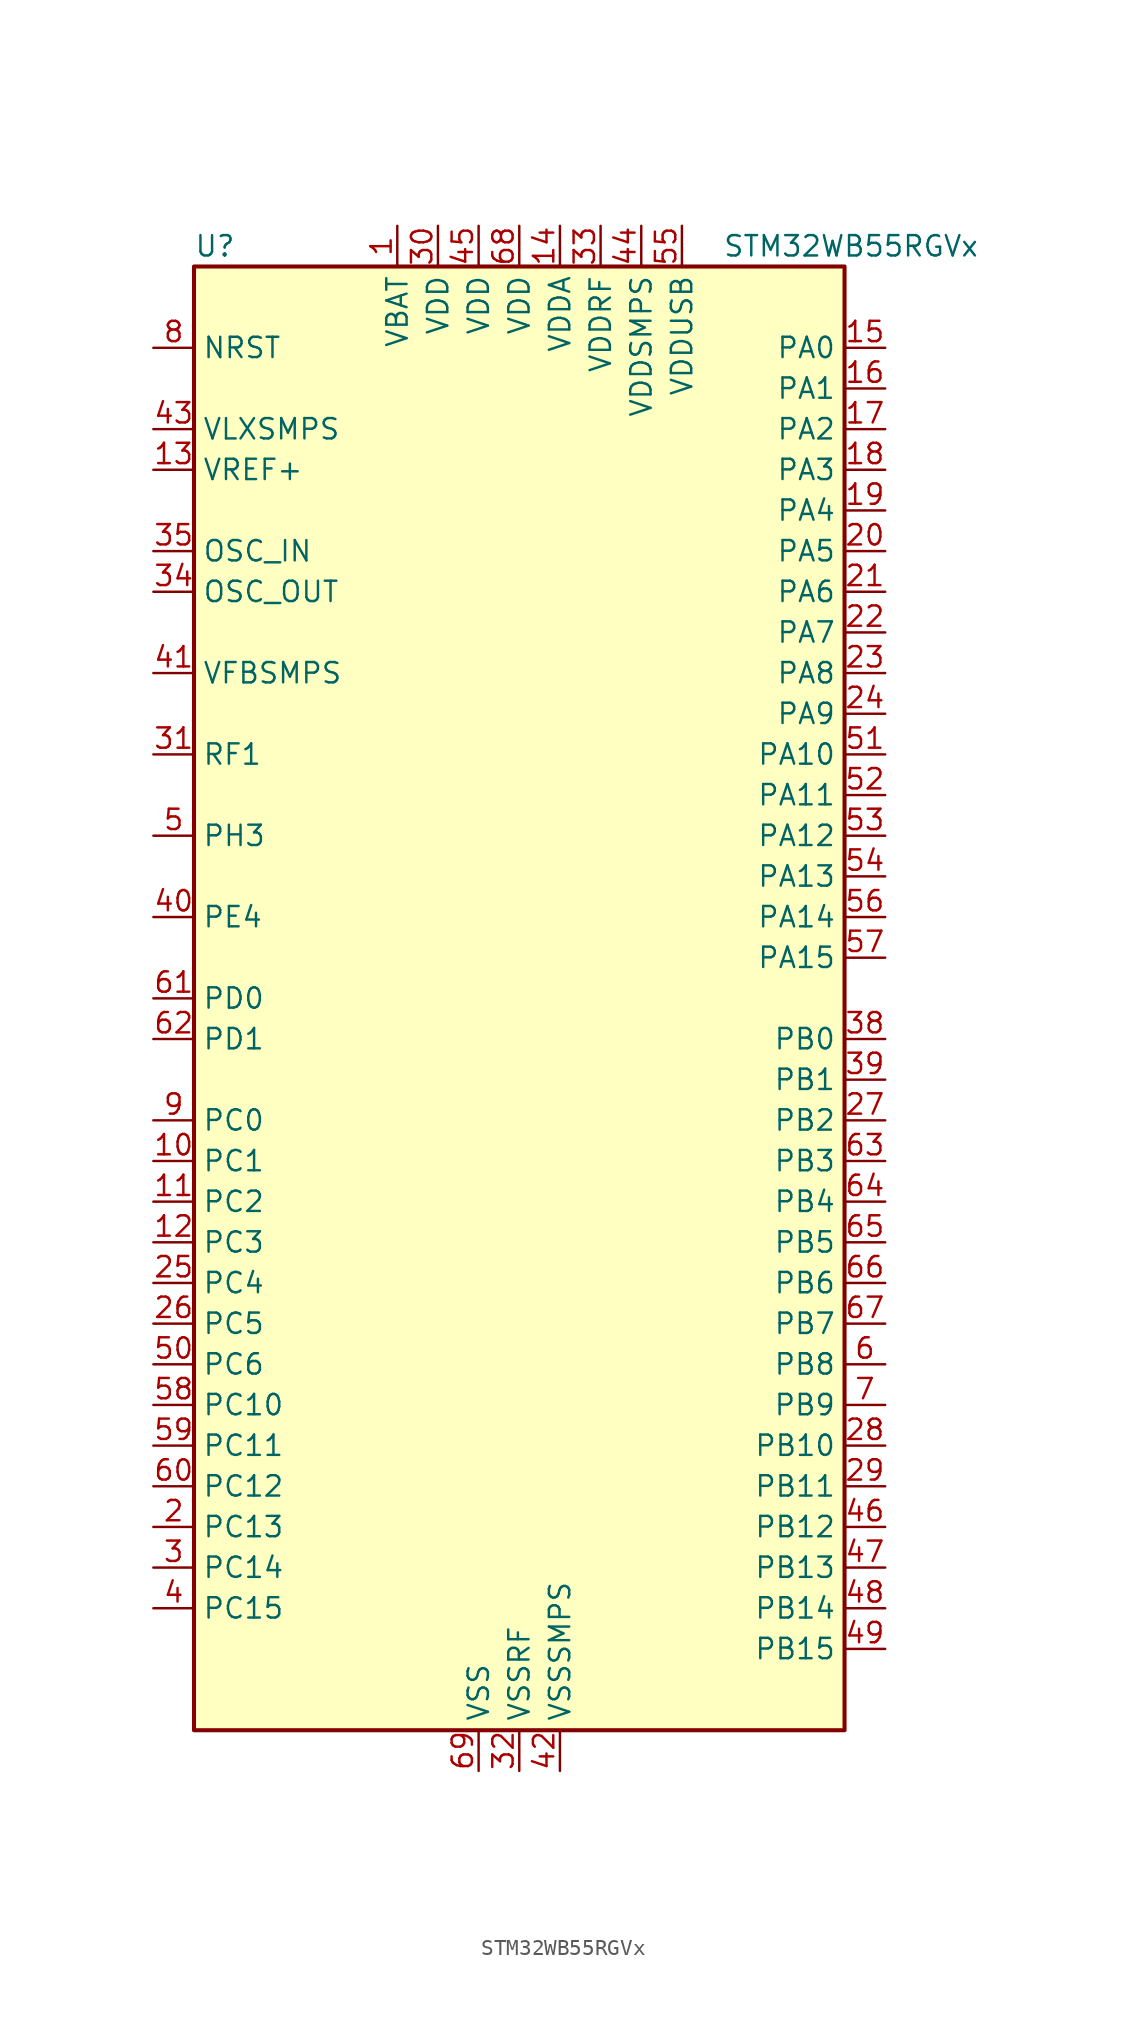
<source format=kicad_sym>
(kicad_symbol_lib
  (version 20241209)
  (generator "kicad_symbol_editor")
  (generator_version "9.0")
  (symbol "STM32WB55RGVx"
    (property "Reference" "U"
      (at -20.32 46.99 0)
      (effects (font (size 1.27 1.27)) (justify left)))
    (property "Value" "STM32WB55RGVx"
      (at 12.7 46.99 0)
      (effects (font (size 1.27 1.27)) (justify left)))
    (symbol "STM32WB55RGVx_0_1"
      (rectangle (start -20.32 -45.72) (end 20.32 45.72) (stroke (width 0.254) (type default)) (fill (type background))))
    (symbol "STM32WB55RGVx_1_1"
      (pin input line (at -22.86 40.64 0) (length 2.54) (name "NRST" (effects (font (size 1.27 1.27)))) (number "8" (effects (font (size 1.27 1.27)))))
      (pin power_in line (at -22.86 35.56 0) (length 2.54) (name "VLXSMPS" (effects (font (size 1.27 1.27)))) (number "43" (effects (font (size 1.27 1.27)))))
      (pin input line (at -22.86 33.02 0) (length 2.54) (name "VREF+" (effects (font (size 1.27 1.27)))) (number "13" (effects (font (size 1.27 1.27)))) (alternate "VREFBUF_OUT" bidirectional line))
      (pin input line (at -22.86 27.94 0) (length 2.54) (name "OSC_IN" (effects (font (size 1.27 1.27)))) (number "35" (effects (font (size 1.27 1.27)))) (alternate "RCC_OSC_IN" bidirectional line))
      (pin input line (at -22.86 25.4 0) (length 2.54) (name "OSC_OUT" (effects (font (size 1.27 1.27)))) (number "34" (effects (font (size 1.27 1.27)))) (alternate "RCC_OSC_OUT" bidirectional line))
      (pin input line (at -22.86 20.32 0) (length 2.54) (name "VFBSMPS" (effects (font (size 1.27 1.27)))) (number "41" (effects (font (size 1.27 1.27)))))
      (pin bidirectional line (at -22.86 15.24 0) (length 2.54) (name "RF1" (effects (font (size 1.27 1.27)))) (number "31" (effects (font (size 1.27 1.27)))) (alternate "RF_RF1" bidirectional line))
      (pin bidirectional line (at -22.86 10.16 0) (length 2.54) (name "PH3" (effects (font (size 1.27 1.27)))) (number "5" (effects (font (size 1.27 1.27)))) (alternate "RCC_LSCO" bidirectional line))
      (pin bidirectional line (at -22.86 5.08 0) (length 2.54) (name "PE4" (effects (font (size 1.27 1.27)))) (number "40" (effects (font (size 1.27 1.27)))))
      (pin bidirectional line (at -22.86 0 0) (length 2.54) (name "PD0" (effects (font (size 1.27 1.27)))) (number "61" (effects (font (size 1.27 1.27)))) (alternate "SPI2_NSS" bidirectional line))
      (pin bidirectional line (at -22.86 -2.54 0) (length 2.54) (name "PD1" (effects (font (size 1.27 1.27)))) (number "62" (effects (font (size 1.27 1.27)))) (alternate "SPI2_SCK" bidirectional line))
      (pin bidirectional line (at -22.86 -7.62 0) (length 2.54) (name "PC0" (effects (font (size 1.27 1.27)))) (number "9" (effects (font (size 1.27 1.27)))) (alternate "ADC1_IN1" bidirectional line) (alternate "I2C3_SCL" bidirectional line) (alternate "LCD_SEG18" bidirectional line) (alternate "LPTIM1_IN1" bidirectional line) (alternate "LPTIM2_IN1" bidirectional line) (alternate "LPUART1_RX" bidirectional line))
      (pin bidirectional line (at -22.86 -10.16 0) (length 2.54) (name "PC1" (effects (font (size 1.27 1.27)))) (number "10" (effects (font (size 1.27 1.27)))) (alternate "ADC1_IN2" bidirectional line) (alternate "I2C3_SDA" bidirectional line) (alternate "LCD_SEG19" bidirectional line) (alternate "LPTIM1_OUT" bidirectional line) (alternate "LPUART1_TX" bidirectional line) (alternate "SPI2_MOSI" bidirectional line))
      (pin bidirectional line (at -22.86 -12.7 0) (length 2.54) (name "PC2" (effects (font (size 1.27 1.27)))) (number "11" (effects (font (size 1.27 1.27)))) (alternate "ADC1_IN3" bidirectional line) (alternate "LCD_SEG20" bidirectional line) (alternate "LPTIM1_IN2" bidirectional line) (alternate "SPI2_MISO" bidirectional line))
      (pin bidirectional line (at -22.86 -15.24 0) (length 2.54) (name "PC3" (effects (font (size 1.27 1.27)))) (number "12" (effects (font (size 1.27 1.27)))) (alternate "ADC1_IN4" bidirectional line) (alternate "LCD_VLCD" bidirectional line) (alternate "LPTIM1_ETR" bidirectional line) (alternate "LPTIM2_ETR" bidirectional line) (alternate "SAI1_D1" bidirectional line) (alternate "SAI1_SD_A" bidirectional line) (alternate "SPI2_MOSI" bidirectional line))
      (pin bidirectional line (at -22.86 -17.78 0) (length 2.54) (name "PC4" (effects (font (size 1.27 1.27)))) (number "25" (effects (font (size 1.27 1.27)))) (alternate "ADC1_IN13" bidirectional line) (alternate "COMP1_INM" bidirectional line) (alternate "LCD_SEG22" bidirectional line))
      (pin bidirectional line (at -22.86 -20.32 0) (length 2.54) (name "PC5" (effects (font (size 1.27 1.27)))) (number "26" (effects (font (size 1.27 1.27)))) (alternate "ADC1_IN14" bidirectional line) (alternate "COMP1_INP" bidirectional line) (alternate "LCD_SEG23" bidirectional line) (alternate "SAI1_D3" bidirectional line) (alternate "SYS_WKUP5" bidirectional line))
      (pin bidirectional line (at -22.86 -22.86 0) (length 2.54) (name "PC6" (effects (font (size 1.27 1.27)))) (number "50" (effects (font (size 1.27 1.27)))) (alternate "LCD_SEG24" bidirectional line))
      (pin bidirectional line (at -22.86 -25.4 0) (length 2.54) (name "PC10" (effects (font (size 1.27 1.27)))) (number "58" (effects (font (size 1.27 1.27)))) (alternate "LCD_COM4" bidirectional line) (alternate "LCD_SEG28" bidirectional line) (alternate "LCD_SEG40" bidirectional line) (alternate "SYS_TRACED1" bidirectional line) (alternate "TSC_G3_IO2" bidirectional line))
      (pin bidirectional line (at -22.86 -27.94 0) (length 2.54) (name "PC11" (effects (font (size 1.27 1.27)))) (number "59" (effects (font (size 1.27 1.27)))) (alternate "ADC1_EXTI11" bidirectional line) (alternate "LCD_COM5" bidirectional line) (alternate "LCD_SEG29" bidirectional line) (alternate "LCD_SEG41" bidirectional line) (alternate "TSC_G3_IO3" bidirectional line))
      (pin bidirectional line (at -22.86 -30.48 0) (length 2.54) (name "PC12" (effects (font (size 1.27 1.27)))) (number "60" (effects (font (size 1.27 1.27)))) (alternate "LCD_COM6" bidirectional line) (alternate "LCD_SEG30" bidirectional line) (alternate "LCD_SEG42" bidirectional line) (alternate "RCC_LSCO" bidirectional line) (alternate "RTC_TAMP3" bidirectional line) (alternate "SYS_TRACED3" bidirectional line) (alternate "SYS_WKUP3" bidirectional line) (alternate "TSC_G3_IO4" bidirectional line))
      (pin bidirectional line (at -22.86 -33.02 0) (length 2.54) (name "PC13" (effects (font (size 1.27 1.27)))) (number "2" (effects (font (size 1.27 1.27)))) (alternate "RTC_OUT1" bidirectional line) (alternate "RTC_TAMP1" bidirectional line) (alternate "RTC_TS" bidirectional line) (alternate "SYS_WKUP2" bidirectional line))
      (pin bidirectional line (at -22.86 -35.56 0) (length 2.54) (name "PC14" (effects (font (size 1.27 1.27)))) (number "3" (effects (font (size 1.27 1.27)))) (alternate "RCC_OSC32_IN" bidirectional line))
      (pin bidirectional line (at -22.86 -38.1 0) (length 2.54) (name "PC15" (effects (font (size 1.27 1.27)))) (number "4" (effects (font (size 1.27 1.27)))) (alternate "ADC1_EXTI15" bidirectional line) (alternate "RCC_OSC32_OUT" bidirectional line))
      (pin no_connect line (at -20.32 -43.18 0) (length 2.54) (hide yes) (name "AT1" (effects (font (size 1.27 1.27)))) (number "37" (effects (font (size 1.27 1.27)))))
      (pin no_connect line (at -20.32 -45.72 0) (length 2.54) (hide yes) (name "AT0" (effects (font (size 1.27 1.27)))) (number "36" (effects (font (size 1.27 1.27)))))
      (pin power_in line (at -7.62 48.26 270) (length 2.54) (name "VBAT" (effects (font (size 1.27 1.27)))) (number "1" (effects (font (size 1.27 1.27)))))
      (pin power_in line (at -5.08 48.26 270) (length 2.54) (name "VDD" (effects (font (size 1.27 1.27)))) (number "30" (effects (font (size 1.27 1.27)))))
      (pin power_in line (at -2.54 48.26 270) (length 2.54) (name "VDD" (effects (font (size 1.27 1.27)))) (number "45" (effects (font (size 1.27 1.27)))))
      (pin power_in line (at -2.54 -48.26 90) (length 2.54) (name "VSS" (effects (font (size 1.27 1.27)))) (number "69" (effects (font (size 1.27 1.27)))))
      (pin power_in line (at 0 48.26 270) (length 2.54) (name "VDD" (effects (font (size 1.27 1.27)))) (number "68" (effects (font (size 1.27 1.27)))))
      (pin power_in line (at 0 -48.26 90) (length 2.54) (name "VSSRF" (effects (font (size 1.27 1.27)))) (number "32" (effects (font (size 1.27 1.27)))))
      (pin power_in line (at 2.54 48.26 270) (length 2.54) (name "VDDA" (effects (font (size 1.27 1.27)))) (number "14" (effects (font (size 1.27 1.27)))))
      (pin power_in line (at 2.54 -48.26 90) (length 2.54) (name "VSSSMPS" (effects (font (size 1.27 1.27)))) (number "42" (effects (font (size 1.27 1.27)))))
      (pin power_in line (at 5.08 48.26 270) (length 2.54) (name "VDDRF" (effects (font (size 1.27 1.27)))) (number "33" (effects (font (size 1.27 1.27)))))
      (pin power_in line (at 7.62 48.26 270) (length 2.54) (name "VDDSMPS" (effects (font (size 1.27 1.27)))) (number "44" (effects (font (size 1.27 1.27)))))
      (pin power_in line (at 10.16 48.26 270) (length 2.54) (name "VDDUSB" (effects (font (size 1.27 1.27)))) (number "55" (effects (font (size 1.27 1.27)))))
      (pin bidirectional line (at 22.86 40.64 180) (length 2.54) (name "PA0" (effects (font (size 1.27 1.27)))) (number "15" (effects (font (size 1.27 1.27)))) (alternate "ADC1_IN5" bidirectional line) (alternate "COMP1_INM" bidirectional line) (alternate "COMP1_OUT" bidirectional line) (alternate "RTC_TAMP2" bidirectional line) (alternate "SAI1_EXTCLK" bidirectional line) (alternate "SYS_WKUP1" bidirectional line) (alternate "TIM2_CH1" bidirectional line) (alternate "TIM2_ETR" bidirectional line))
      (pin bidirectional line (at 22.86 38.1 180) (length 2.54) (name "PA1" (effects (font (size 1.27 1.27)))) (number "16" (effects (font (size 1.27 1.27)))) (alternate "ADC1_IN6" bidirectional line) (alternate "COMP1_INP" bidirectional line) (alternate "I2C1_SMBA" bidirectional line) (alternate "LCD_SEG0" bidirectional line) (alternate "SPI1_SCK" bidirectional line) (alternate "TIM2_CH2" bidirectional line))
      (pin bidirectional line (at 22.86 35.56 180) (length 2.54) (name "PA2" (effects (font (size 1.27 1.27)))) (number "17" (effects (font (size 1.27 1.27)))) (alternate "ADC1_IN7" bidirectional line) (alternate "COMP2_INM" bidirectional line) (alternate "COMP2_OUT" bidirectional line) (alternate "LCD_SEG1" bidirectional line) (alternate "LPUART1_TX" bidirectional line) (alternate "QUADSPI_BK1_NCS" bidirectional line) (alternate "RCC_LSCO" bidirectional line) (alternate "SYS_WKUP4" bidirectional line) (alternate "TIM2_CH3" bidirectional line))
      (pin bidirectional line (at 22.86 33.02 180) (length 2.54) (name "PA3" (effects (font (size 1.27 1.27)))) (number "18" (effects (font (size 1.27 1.27)))) (alternate "ADC1_IN8" bidirectional line) (alternate "COMP2_INP" bidirectional line) (alternate "LCD_SEG2" bidirectional line) (alternate "LPUART1_RX" bidirectional line) (alternate "QUADSPI_CLK" bidirectional line) (alternate "SAI1_CK1" bidirectional line) (alternate "SAI1_MCLK_A" bidirectional line) (alternate "TIM2_CH4" bidirectional line))
      (pin bidirectional line (at 22.86 30.48 180) (length 2.54) (name "PA4" (effects (font (size 1.27 1.27)))) (number "19" (effects (font (size 1.27 1.27)))) (alternate "ADC1_IN9" bidirectional line) (alternate "COMP1_INM" bidirectional line) (alternate "COMP2_INM" bidirectional line) (alternate "LCD_SEG5" bidirectional line) (alternate "LPTIM2_OUT" bidirectional line) (alternate "SAI1_FS_B" bidirectional line) (alternate "SPI1_NSS" bidirectional line))
      (pin bidirectional line (at 22.86 27.94 180) (length 2.54) (name "PA5" (effects (font (size 1.27 1.27)))) (number "20" (effects (font (size 1.27 1.27)))) (alternate "ADC1_IN10" bidirectional line) (alternate "COMP1_INM" bidirectional line) (alternate "COMP2_INM" bidirectional line) (alternate "LPTIM2_ETR" bidirectional line) (alternate "SAI1_SD_B" bidirectional line) (alternate "SPI1_SCK" bidirectional line) (alternate "TIM2_CH1" bidirectional line) (alternate "TIM2_ETR" bidirectional line))
      (pin bidirectional line (at 22.86 25.4 180) (length 2.54) (name "PA6" (effects (font (size 1.27 1.27)))) (number "21" (effects (font (size 1.27 1.27)))) (alternate "ADC1_IN11" bidirectional line) (alternate "LCD_SEG3" bidirectional line) (alternate "LPUART1_CTS" bidirectional line) (alternate "QUADSPI_BK1_IO3" bidirectional line) (alternate "SPI1_MISO" bidirectional line) (alternate "TIM16_CH1" bidirectional line) (alternate "TIM1_BKIN" bidirectional line))
      (pin bidirectional line (at 22.86 22.86 180) (length 2.54) (name "PA7" (effects (font (size 1.27 1.27)))) (number "22" (effects (font (size 1.27 1.27)))) (alternate "ADC1_IN12" bidirectional line) (alternate "COMP2_OUT" bidirectional line) (alternate "I2C3_SCL" bidirectional line) (alternate "LCD_SEG4" bidirectional line) (alternate "QUADSPI_BK1_IO2" bidirectional line) (alternate "SPI1_MOSI" bidirectional line) (alternate "TIM17_CH1" bidirectional line) (alternate "TIM1_CH1N" bidirectional line))
      (pin bidirectional line (at 22.86 20.32 180) (length 2.54) (name "PA8" (effects (font (size 1.27 1.27)))) (number "23" (effects (font (size 1.27 1.27)))) (alternate "ADC1_IN15" bidirectional line) (alternate "LCD_COM0" bidirectional line) (alternate "LPTIM2_OUT" bidirectional line) (alternate "RCC_MCO" bidirectional line) (alternate "SAI1_CK2" bidirectional line) (alternate "SAI1_SCK_A" bidirectional line) (alternate "TIM1_CH1" bidirectional line) (alternate "USART1_CK" bidirectional line))
      (pin bidirectional line (at 22.86 17.78 180) (length 2.54) (name "PA9" (effects (font (size 1.27 1.27)))) (number "24" (effects (font (size 1.27 1.27)))) (alternate "ADC1_IN16" bidirectional line) (alternate "COMP1_INM" bidirectional line) (alternate "I2C1_SCL" bidirectional line) (alternate "LCD_COM1" bidirectional line) (alternate "SAI1_D2" bidirectional line) (alternate "SAI1_FS_A" bidirectional line) (alternate "SPI2_SCK" bidirectional line) (alternate "TIM1_CH2" bidirectional line) (alternate "USART1_TX" bidirectional line))
      (pin bidirectional line (at 22.86 15.24 180) (length 2.54) (name "PA10" (effects (font (size 1.27 1.27)))) (number "51" (effects (font (size 1.27 1.27)))) (alternate "CRS_SYNC" bidirectional line) (alternate "I2C1_SDA" bidirectional line) (alternate "LCD_COM2" bidirectional line) (alternate "SAI1_D1" bidirectional line) (alternate "SAI1_SD_A" bidirectional line) (alternate "TIM17_BKIN" bidirectional line) (alternate "TIM1_CH3" bidirectional line) (alternate "USART1_RX" bidirectional line))
      (pin bidirectional line (at 22.86 12.7 180) (length 2.54) (name "PA11" (effects (font (size 1.27 1.27)))) (number "52" (effects (font (size 1.27 1.27)))) (alternate "ADC1_EXTI11" bidirectional line) (alternate "SPI1_MISO" bidirectional line) (alternate "TIM1_BKIN2" bidirectional line) (alternate "TIM1_CH4" bidirectional line) (alternate "USART1_CTS" bidirectional line) (alternate "USART1_NSS" bidirectional line) (alternate "USB_DM" bidirectional line))
      (pin bidirectional line (at 22.86 10.16 180) (length 2.54) (name "PA12" (effects (font (size 1.27 1.27)))) (number "53" (effects (font (size 1.27 1.27)))) (alternate "LPUART1_RX" bidirectional line) (alternate "SPI1_MOSI" bidirectional line) (alternate "TIM1_ETR" bidirectional line) (alternate "USART1_DE" bidirectional line) (alternate "USART1_RTS" bidirectional line) (alternate "USB_DP" bidirectional line))
      (pin bidirectional line (at 22.86 7.62 180) (length 2.54) (name "PA13" (effects (font (size 1.27 1.27)))) (number "54" (effects (font (size 1.27 1.27)))) (alternate "IR_OUT" bidirectional line) (alternate "SAI1_SD_B" bidirectional line) (alternate "SYS_JTMS-SWDIO" bidirectional line) (alternate "USB_NOE" bidirectional line))
      (pin bidirectional line (at 22.86 5.08 180) (length 2.54) (name "PA14" (effects (font (size 1.27 1.27)))) (number "56" (effects (font (size 1.27 1.27)))) (alternate "I2C1_SMBA" bidirectional line) (alternate "LCD_SEG5" bidirectional line) (alternate "LPTIM1_OUT" bidirectional line) (alternate "SAI1_FS_B" bidirectional line) (alternate "SYS_JTCK-SWCLK" bidirectional line))
      (pin bidirectional line (at 22.86 2.54 180) (length 2.54) (name "PA15" (effects (font (size 1.27 1.27)))) (number "57" (effects (font (size 1.27 1.27)))) (alternate "ADC1_EXTI15" bidirectional line) (alternate "LCD_SEG17" bidirectional line) (alternate "RCC_MCO" bidirectional line) (alternate "SPI1_NSS" bidirectional line) (alternate "SYS_JTDI" bidirectional line) (alternate "TIM2_CH1" bidirectional line) (alternate "TIM2_ETR" bidirectional line) (alternate "TSC_G3_IO1" bidirectional line))
      (pin bidirectional line (at 22.86 -2.54 180) (length 2.54) (name "PB0" (effects (font (size 1.27 1.27)))) (number "38" (effects (font (size 1.27 1.27)))) (alternate "COMP1_OUT" bidirectional line) (alternate "RF_TX_MOD_EXT_PA" bidirectional line))
      (pin bidirectional line (at 22.86 -5.08 180) (length 2.54) (name "PB1" (effects (font (size 1.27 1.27)))) (number "39" (effects (font (size 1.27 1.27)))) (alternate "LPTIM2_IN1" bidirectional line) (alternate "LPUART1_DE" bidirectional line) (alternate "LPUART1_RTS" bidirectional line))
      (pin bidirectional line (at 22.86 -7.62 180) (length 2.54) (name "PB2" (effects (font (size 1.27 1.27)))) (number "27" (effects (font (size 1.27 1.27)))) (alternate "COMP1_INP" bidirectional line) (alternate "I2C3_SMBA" bidirectional line) (alternate "LCD_VLCD" bidirectional line) (alternate "LPTIM1_OUT" bidirectional line) (alternate "RTC_OUT2" bidirectional line) (alternate "SAI1_EXTCLK" bidirectional line) (alternate "SPI1_NSS" bidirectional line))
      (pin bidirectional line (at 22.86 -10.16 180) (length 2.54) (name "PB3" (effects (font (size 1.27 1.27)))) (number "63" (effects (font (size 1.27 1.27)))) (alternate "COMP2_INM" bidirectional line) (alternate "LCD_SEG7" bidirectional line) (alternate "SAI1_SCK_B" bidirectional line) (alternate "SPI1_SCK" bidirectional line) (alternate "SYS_JTDO-SWO" bidirectional line) (alternate "TIM2_CH2" bidirectional line) (alternate "USART1_DE" bidirectional line) (alternate "USART1_RTS" bidirectional line))
      (pin bidirectional line (at 22.86 -12.7 180) (length 2.54) (name "PB4" (effects (font (size 1.27 1.27)))) (number "64" (effects (font (size 1.27 1.27)))) (alternate "COMP2_INP" bidirectional line) (alternate "I2C3_SDA" bidirectional line) (alternate "LCD_SEG8" bidirectional line) (alternate "SAI1_MCLK_B" bidirectional line) (alternate "SPI1_MISO" bidirectional line) (alternate "SYS_JTRST" bidirectional line) (alternate "TIM17_BKIN" bidirectional line) (alternate "TSC_G2_IO1" bidirectional line) (alternate "USART1_CTS" bidirectional line) (alternate "USART1_NSS" bidirectional line))
      (pin bidirectional line (at 22.86 -15.24 180) (length 2.54) (name "PB5" (effects (font (size 1.27 1.27)))) (number "65" (effects (font (size 1.27 1.27)))) (alternate "COMP2_OUT" bidirectional line) (alternate "I2C1_SMBA" bidirectional line) (alternate "LCD_SEG9" bidirectional line) (alternate "LPTIM1_IN1" bidirectional line) (alternate "LPUART1_TX" bidirectional line) (alternate "SAI1_SD_B" bidirectional line) (alternate "SPI1_MOSI" bidirectional line) (alternate "TIM16_BKIN" bidirectional line) (alternate "TSC_G2_IO2" bidirectional line) (alternate "USART1_CK" bidirectional line))
      (pin bidirectional line (at 22.86 -17.78 180) (length 2.54) (name "PB6" (effects (font (size 1.27 1.27)))) (number "66" (effects (font (size 1.27 1.27)))) (alternate "COMP2_INP" bidirectional line) (alternate "I2C1_SCL" bidirectional line) (alternate "LCD_SEG6" bidirectional line) (alternate "LPTIM1_ETR" bidirectional line) (alternate "RCC_MCO" bidirectional line) (alternate "SAI1_FS_B" bidirectional line) (alternate "TIM16_CH1N" bidirectional line) (alternate "TSC_G2_IO3" bidirectional line) (alternate "USART1_TX" bidirectional line))
      (pin bidirectional line (at 22.86 -20.32 180) (length 2.54) (name "PB7" (effects (font (size 1.27 1.27)))) (number "67" (effects (font (size 1.27 1.27)))) (alternate "COMP2_INM" bidirectional line) (alternate "I2C1_SDA" bidirectional line) (alternate "LCD_SEG21" bidirectional line) (alternate "LPTIM1_IN2" bidirectional line) (alternate "SYS_PVD_IN" bidirectional line) (alternate "TIM17_CH1N" bidirectional line) (alternate "TIM1_BKIN" bidirectional line) (alternate "TSC_G2_IO4" bidirectional line) (alternate "USART1_RX" bidirectional line))
      (pin bidirectional line (at 22.86 -22.86 180) (length 2.54) (name "PB8" (effects (font (size 1.27 1.27)))) (number "6" (effects (font (size 1.27 1.27)))) (alternate "I2C1_SCL" bidirectional line) (alternate "LCD_SEG16" bidirectional line) (alternate "QUADSPI_BK1_IO1" bidirectional line) (alternate "SAI1_CK1" bidirectional line) (alternate "SAI1_MCLK_A" bidirectional line) (alternate "TIM16_CH1" bidirectional line) (alternate "TIM1_CH2N" bidirectional line))
      (pin bidirectional line (at 22.86 -25.4 180) (length 2.54) (name "PB9" (effects (font (size 1.27 1.27)))) (number "7" (effects (font (size 1.27 1.27)))) (alternate "I2C1_SDA" bidirectional line) (alternate "IR_OUT" bidirectional line) (alternate "LCD_COM3" bidirectional line) (alternate "QUADSPI_BK1_IO0" bidirectional line) (alternate "SAI1_D2" bidirectional line) (alternate "SAI1_FS_A" bidirectional line) (alternate "SPI2_NSS" bidirectional line) (alternate "TIM17_CH1" bidirectional line) (alternate "TIM1_CH3N" bidirectional line))
      (pin bidirectional line (at 22.86 -27.94 180) (length 2.54) (name "PB10" (effects (font (size 1.27 1.27)))) (number "28" (effects (font (size 1.27 1.27)))) (alternate "COMP1_OUT" bidirectional line) (alternate "I2C3_SCL" bidirectional line) (alternate "LCD_SEG10" bidirectional line) (alternate "LPUART1_RX" bidirectional line) (alternate "QUADSPI_CLK" bidirectional line) (alternate "SAI1_SCK_A" bidirectional line) (alternate "SPI2_SCK" bidirectional line) (alternate "TIM2_CH3" bidirectional line) (alternate "TSC_SYNC" bidirectional line))
      (pin bidirectional line (at 22.86 -30.48 180) (length 2.54) (name "PB11" (effects (font (size 1.27 1.27)))) (number "29" (effects (font (size 1.27 1.27)))) (alternate "ADC1_EXTI11" bidirectional line) (alternate "COMP2_OUT" bidirectional line) (alternate "I2C3_SDA" bidirectional line) (alternate "LCD_SEG11" bidirectional line) (alternate "LPUART1_TX" bidirectional line) (alternate "QUADSPI_BK1_NCS" bidirectional line) (alternate "TIM2_CH4" bidirectional line))
      (pin bidirectional line (at 22.86 -33.02 180) (length 2.54) (name "PB12" (effects (font (size 1.27 1.27)))) (number "46" (effects (font (size 1.27 1.27)))) (alternate "I2C3_SMBA" bidirectional line) (alternate "LCD_SEG12" bidirectional line) (alternate "LPUART1_DE" bidirectional line) (alternate "LPUART1_RTS" bidirectional line) (alternate "SAI1_FS_A" bidirectional line) (alternate "SPI2_NSS" bidirectional line) (alternate "TIM1_BKIN" bidirectional line) (alternate "TSC_G1_IO1" bidirectional line))
      (pin bidirectional line (at 22.86 -35.56 180) (length 2.54) (name "PB13" (effects (font (size 1.27 1.27)))) (number "47" (effects (font (size 1.27 1.27)))) (alternate "I2C3_SCL" bidirectional line) (alternate "LCD_SEG13" bidirectional line) (alternate "LPUART1_CTS" bidirectional line) (alternate "SAI1_SCK_A" bidirectional line) (alternate "SPI2_SCK" bidirectional line) (alternate "TIM1_CH1N" bidirectional line) (alternate "TSC_G1_IO2" bidirectional line))
      (pin bidirectional line (at 22.86 -38.1 180) (length 2.54) (name "PB14" (effects (font (size 1.27 1.27)))) (number "48" (effects (font (size 1.27 1.27)))) (alternate "I2C3_SDA" bidirectional line) (alternate "LCD_SEG14" bidirectional line) (alternate "SAI1_MCLK_A" bidirectional line) (alternate "SPI2_MISO" bidirectional line) (alternate "TIM1_CH2N" bidirectional line) (alternate "TSC_G1_IO3" bidirectional line))
      (pin bidirectional line (at 22.86 -40.64 180) (length 2.54) (name "PB15" (effects (font (size 1.27 1.27)))) (number "49" (effects (font (size 1.27 1.27)))) (alternate "ADC1_EXTI15" bidirectional line) (alternate "LCD_SEG15" bidirectional line) (alternate "RTC_REFIN" bidirectional line) (alternate "SAI1_SD_A" bidirectional line) (alternate "SPI2_MOSI" bidirectional line) (alternate "TIM1_CH3N" bidirectional line) (alternate "TSC_G1_IO4" bidirectional line)))))
</source>
